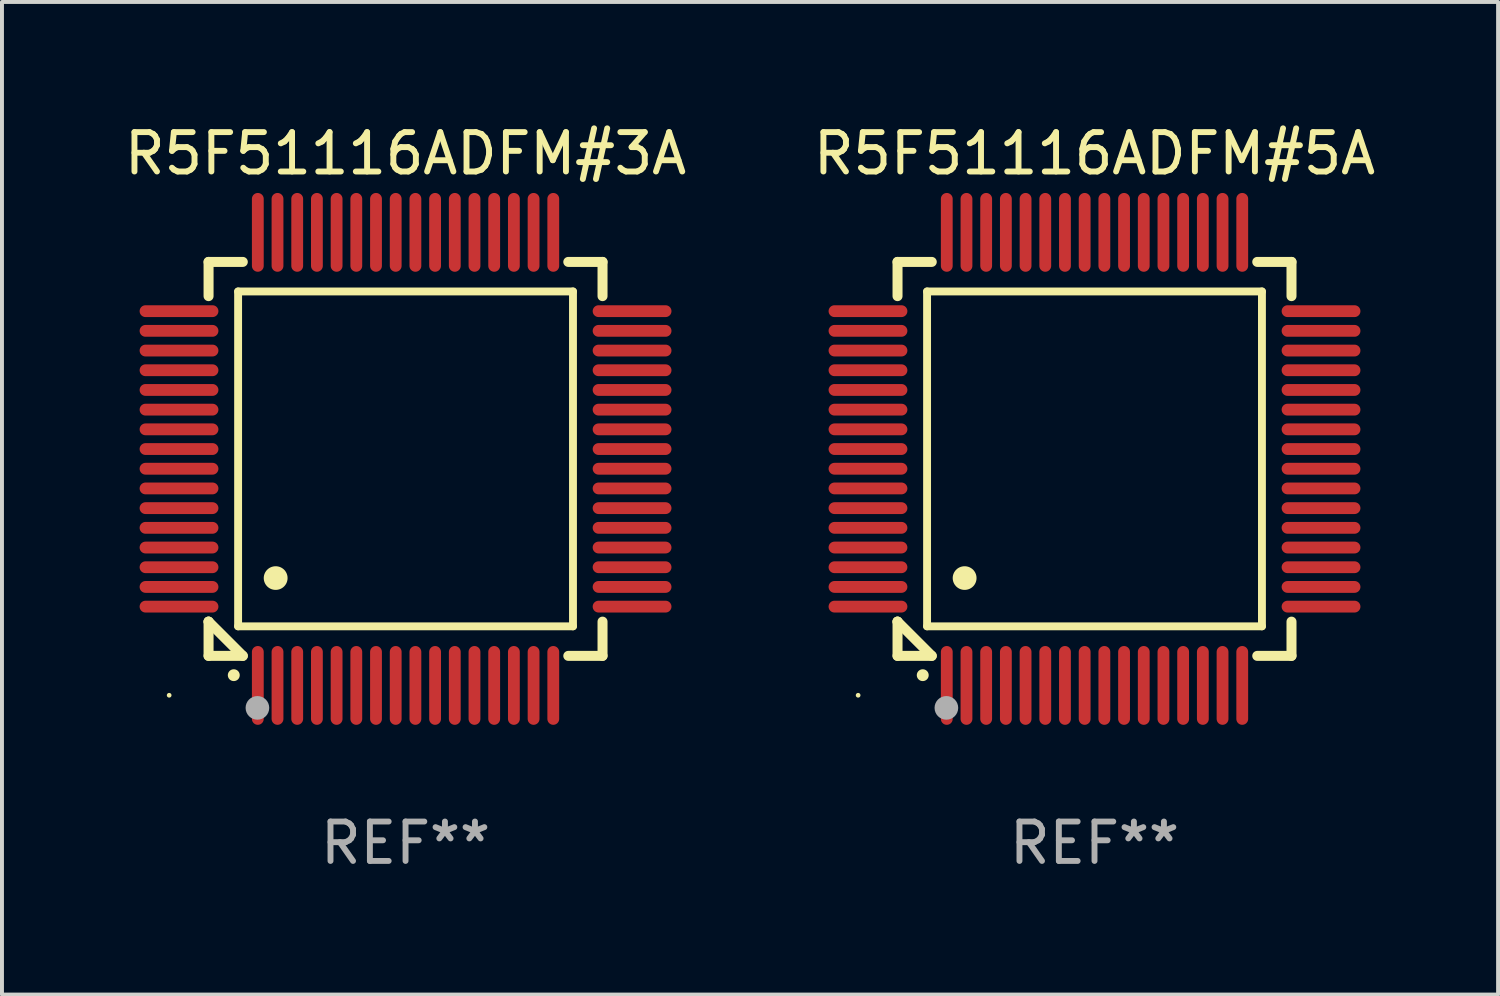
<source format=kicad_pcb>
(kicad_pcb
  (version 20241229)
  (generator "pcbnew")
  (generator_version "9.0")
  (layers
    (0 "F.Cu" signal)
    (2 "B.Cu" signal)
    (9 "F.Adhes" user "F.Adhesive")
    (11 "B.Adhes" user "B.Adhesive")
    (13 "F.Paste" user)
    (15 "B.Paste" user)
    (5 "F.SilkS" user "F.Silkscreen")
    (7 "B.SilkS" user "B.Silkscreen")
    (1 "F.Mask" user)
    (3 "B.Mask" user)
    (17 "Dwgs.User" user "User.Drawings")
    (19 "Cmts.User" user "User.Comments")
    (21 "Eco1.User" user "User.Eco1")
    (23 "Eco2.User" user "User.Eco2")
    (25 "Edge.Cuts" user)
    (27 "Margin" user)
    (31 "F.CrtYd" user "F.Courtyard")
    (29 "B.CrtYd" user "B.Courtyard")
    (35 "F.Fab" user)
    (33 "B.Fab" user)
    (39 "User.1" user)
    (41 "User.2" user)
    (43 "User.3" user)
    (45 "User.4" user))
  (footprint "R5F51116ADFM#3A"
    (layer "F.Cu")
    (at 7.244 8.598)
    (property "Reference" "R5F51116ADFM#3A" (at 0 -7.75 0) (layer "F.SilkS") (effects (font (size 1 1) (thickness 0.15))))
    (attr through_hole)
    (fp_line (start -5 -5) (end -4.131 -5) (stroke (width 0.254) (type solid)) (layer "F.SilkS"))
    (fp_line (start -5 -4.131) (end -5 -5) (stroke (width 0.254) (type solid)) (layer "F.SilkS"))
    (fp_line (start -5 4.131) (end -5 4.131) (stroke (width 0.254) (type solid)) (layer "F.SilkS"))
    (fp_line (start -5 5) (end -5 4.131) (stroke (width 0.254) (type solid)) (layer "F.SilkS"))
    (fp_line (start -5 4.131) (end -4.131 5) (stroke (width 0.254) (type solid)) (layer "F.SilkS"))
    (fp_line (start -4.25 -4.25) (end -4.25 4.25) (stroke (width 0.2) (type solid)) (layer "F.SilkS"))
    (fp_line (start -4.25 4.25) (end 4.25 4.25) (stroke (width 0.2) (type solid)) (layer "F.SilkS"))
    (fp_line (start -4.131 5) (end -5 5) (stroke (width 0.254) (type solid)) (layer "F.SilkS"))
    (fp_line (start 4.25 -4.25) (end -4.25 -4.25) (stroke (width 0.2) (type solid)) (layer "F.SilkS"))
    (fp_line (start 4.25 4.25) (end 4.25 -4.25) (stroke (width 0.2) (type solid)) (layer "F.SilkS"))
    (fp_line (start 5 -5) (end 4.131 -5) (stroke (width 0.254) (type solid)) (layer "F.SilkS"))
    (fp_line (start 5 -5) (end 5 -4.131) (stroke (width 0.254) (type solid)) (layer "F.SilkS"))
    (fp_line (start 5 4.131) (end 5 5) (stroke (width 0.254) (type solid)) (layer "F.SilkS"))
    (fp_line (start 5 5) (end 4.131 5) (stroke (width 0.254) (type solid)) (layer "F.SilkS"))
    (fp_arc (start -4.361265 5.489992) (mid -4.359995 5.489987) (end -4.358725 5.489992) (stroke (width 0.3) (type solid)) (layer "F.SilkS"))
    (fp_arc (start -3.299467 3.025146) (mid -3.296927 3.025135) (end -3.294387 3.025146) (stroke (width 0.6) (type solid)) (layer "F.SilkS"))
    (fp_circle (center -6 6) (end -5.97 6) (stroke (width 0.06) (type solid)) (fill no) (layer "F.SilkS"))
    (fp_circle (center -3.76 6.32) (end -3.61 6.32) (stroke (width 0.3) (type solid)) (fill no) (layer "F.Fab"))
    (fp_text user "REF**" (at 0 9.75 0) (layer "F.Fab") (effects (font (size 1 1) (thickness 0.15))))
    (pad "1" smd oval (at -3.75 5.75) (size 0.3 2) (layers "F.Cu" "F.Mask" "F.Paste"))
    (pad "2" smd oval (at -3.25 5.75) (size 0.3 2) (layers "F.Cu" "F.Mask" "F.Paste"))
    (pad "3" smd oval (at -2.75 5.75) (size 0.3 2) (layers "F.Cu" "F.Mask" "F.Paste"))
    (pad "4" smd oval (at -2.25 5.75) (size 0.3 2) (layers "F.Cu" "F.Mask" "F.Paste"))
    (pad "5" smd oval (at -1.75 5.75) (size 0.3 2) (layers "F.Cu" "F.Mask" "F.Paste"))
    (pad "6" smd oval (at -1.25 5.75) (size 0.3 2) (layers "F.Cu" "F.Mask" "F.Paste"))
    (pad "7" smd oval (at -0.75 5.75) (size 0.3 2) (layers "F.Cu" "F.Mask" "F.Paste"))
    (pad "8" smd oval (at -0.25 5.75) (size 0.3 2) (layers "F.Cu" "F.Mask" "F.Paste"))
    (pad "9" smd oval (at 0.25 5.75) (size 0.3 2) (layers "F.Cu" "F.Mask" "F.Paste"))
    (pad "10" smd oval (at 0.75 5.75) (size 0.3 2) (layers "F.Cu" "F.Mask" "F.Paste"))
    (pad "11" smd oval (at 1.25 5.75) (size 0.3 2) (layers "F.Cu" "F.Mask" "F.Paste"))
    (pad "12" smd oval (at 1.75 5.75) (size 0.3 2) (layers "F.Cu" "F.Mask" "F.Paste"))
    (pad "13" smd oval (at 2.25 5.75) (size 0.3 2) (layers "F.Cu" "F.Mask" "F.Paste"))
    (pad "14" smd oval (at 2.75 5.75) (size 0.3 2) (layers "F.Cu" "F.Mask" "F.Paste"))
    (pad "15" smd oval (at 3.25 5.75) (size 0.3 2) (layers "F.Cu" "F.Mask" "F.Paste"))
    (pad "16" smd oval (at 3.75 5.75) (size 0.3 2) (layers "F.Cu" "F.Mask" "F.Paste"))
    (pad "17" smd oval (at 5.75 3.75) (size 2 0.3) (layers "F.Cu" "F.Mask" "F.Paste"))
    (pad "18" smd oval (at 5.75 3.25) (size 2 0.3) (layers "F.Cu" "F.Mask" "F.Paste"))
    (pad "19" smd oval (at 5.75 2.75) (size 2 0.3) (layers "F.Cu" "F.Mask" "F.Paste"))
    (pad "20" smd oval (at 5.75 2.25) (size 2 0.3) (layers "F.Cu" "F.Mask" "F.Paste"))
    (pad "21" smd oval (at 5.75 1.75) (size 2 0.3) (layers "F.Cu" "F.Mask" "F.Paste"))
    (pad "22" smd oval (at 5.75 1.25) (size 2 0.3) (layers "F.Cu" "F.Mask" "F.Paste"))
    (pad "23" smd oval (at 5.75 0.75) (size 2 0.3) (layers "F.Cu" "F.Mask" "F.Paste"))
    (pad "24" smd oval (at 5.75 0.25) (size 2 0.3) (layers "F.Cu" "F.Mask" "F.Paste"))
    (pad "25" smd oval (at 5.75 -0.25) (size 2 0.3) (layers "F.Cu" "F.Mask" "F.Paste"))
    (pad "26" smd oval (at 5.75 -0.75) (size 2 0.3) (layers "F.Cu" "F.Mask" "F.Paste"))
    (pad "27" smd oval (at 5.75 -1.25) (size 2 0.3) (layers "F.Cu" "F.Mask" "F.Paste"))
    (pad "28" smd oval (at 5.75 -1.75) (size 2 0.3) (layers "F.Cu" "F.Mask" "F.Paste"))
    (pad "29" smd oval (at 5.75 -2.25) (size 2 0.3) (layers "F.Cu" "F.Mask" "F.Paste"))
    (pad "30" smd oval (at 5.75 -2.75) (size 2 0.3) (layers "F.Cu" "F.Mask" "F.Paste"))
    (pad "31" smd oval (at 5.75 -3.25) (size 2 0.3) (layers "F.Cu" "F.Mask" "F.Paste"))
    (pad "32" smd oval (at 5.75 -3.75) (size 2 0.3) (layers "F.Cu" "F.Mask" "F.Paste"))
    (pad "33" smd oval (at 3.75 -5.75) (size 0.3 2) (layers "F.Cu" "F.Mask" "F.Paste"))
    (pad "34" smd oval (at 3.25 -5.75) (size 0.3 2) (layers "F.Cu" "F.Mask" "F.Paste"))
    (pad "35" smd oval (at 2.75 -5.75) (size 0.3 2) (layers "F.Cu" "F.Mask" "F.Paste"))
    (pad "36" smd oval (at 2.25 -5.75) (size 0.3 2) (layers "F.Cu" "F.Mask" "F.Paste"))
    (pad "37" smd oval (at 1.75 -5.75) (size 0.3 2) (layers "F.Cu" "F.Mask" "F.Paste"))
    (pad "38" smd oval (at 1.25 -5.75) (size 0.3 2) (layers "F.Cu" "F.Mask" "F.Paste"))
    (pad "39" smd oval (at 0.75 -5.75) (size 0.3 2) (layers "F.Cu" "F.Mask" "F.Paste"))
    (pad "40" smd oval (at 0.25 -5.75) (size 0.3 2) (layers "F.Cu" "F.Mask" "F.Paste"))
    (pad "41" smd oval (at -0.25 -5.75) (size 0.3 2) (layers "F.Cu" "F.Mask" "F.Paste"))
    (pad "42" smd oval (at -0.75 -5.75) (size 0.3 2) (layers "F.Cu" "F.Mask" "F.Paste"))
    (pad "43" smd oval (at -1.25 -5.75) (size 0.3 2) (layers "F.Cu" "F.Mask" "F.Paste"))
    (pad "44" smd oval (at -1.75 -5.75) (size 0.3 2) (layers "F.Cu" "F.Mask" "F.Paste"))
    (pad "45" smd oval (at -2.25 -5.75) (size 0.3 2) (layers "F.Cu" "F.Mask" "F.Paste"))
    (pad "46" smd oval (at -2.75 -5.75) (size 0.3 2) (layers "F.Cu" "F.Mask" "F.Paste"))
    (pad "47" smd oval (at -3.25 -5.75) (size 0.3 2) (layers "F.Cu" "F.Mask" "F.Paste"))
    (pad "48" smd oval (at -3.75 -5.75) (size 0.3 2) (layers "F.Cu" "F.Mask" "F.Paste"))
    (pad "49" smd oval (at -5.75 -3.75) (size 2 0.3) (layers "F.Cu" "F.Mask" "F.Paste"))
    (pad "50" smd oval (at -5.75 -3.25) (size 2 0.3) (layers "F.Cu" "F.Mask" "F.Paste"))
    (pad "51" smd oval (at -5.75 -2.75) (size 2 0.3) (layers "F.Cu" "F.Mask" "F.Paste"))
    (pad "52" smd oval (at -5.75 -2.25) (size 2 0.3) (layers "F.Cu" "F.Mask" "F.Paste"))
    (pad "53" smd oval (at -5.75 -1.75) (size 2 0.3) (layers "F.Cu" "F.Mask" "F.Paste"))
    (pad "54" smd oval (at -5.75 -1.25) (size 2 0.3) (layers "F.Cu" "F.Mask" "F.Paste"))
    (pad "55" smd oval (at -5.75 -0.75) (size 2 0.3) (layers "F.Cu" "F.Mask" "F.Paste"))
    (pad "56" smd oval (at -5.75 -0.25) (size 2 0.3) (layers "F.Cu" "F.Mask" "F.Paste"))
    (pad "57" smd oval (at -5.75 0.25) (size 2 0.3) (layers "F.Cu" "F.Mask" "F.Paste"))
    (pad "58" smd oval (at -5.75 0.75) (size 2 0.3) (layers "F.Cu" "F.Mask" "F.Paste"))
    (pad "59" smd oval (at -5.75 1.25) (size 2 0.3) (layers "F.Cu" "F.Mask" "F.Paste"))
    (pad "60" smd oval (at -5.75 1.75) (size 2 0.3) (layers "F.Cu" "F.Mask" "F.Paste"))
    (pad "61" smd oval (at -5.75 2.25) (size 2 0.3) (layers "F.Cu" "F.Mask" "F.Paste"))
    (pad "62" smd oval (at -5.75 2.75) (size 2 0.3) (layers "F.Cu" "F.Mask" "F.Paste"))
    (pad "63" smd oval (at -5.75 3.25) (size 2 0.3) (layers "F.Cu" "F.Mask" "F.Paste"))
    (pad "64" smd oval (at -5.75 3.75) (size 2 0.3) (layers "F.Cu" "F.Mask" "F.Paste")))
  (footprint "R5F51116ADFM#5A"
    (layer "F.Cu")
    (at 24.732 8.598)
    (property "Reference" "R5F51116ADFM#5A" (at 0 -7.75 0) (layer "F.SilkS") (effects (font (size 1 1) (thickness 0.15))))
    (attr through_hole)
    (fp_line (start -5 -5) (end -4.131 -5) (stroke (width 0.254) (type solid)) (layer "F.SilkS"))
    (fp_line (start -5 -4.131) (end -5 -5) (stroke (width 0.254) (type solid)) (layer "F.SilkS"))
    (fp_line (start -5 4.131) (end -5 4.131) (stroke (width 0.254) (type solid)) (layer "F.SilkS"))
    (fp_line (start -5 5) (end -5 4.131) (stroke (width 0.254) (type solid)) (layer "F.SilkS"))
    (fp_line (start -5 4.131) (end -4.131 5) (stroke (width 0.254) (type solid)) (layer "F.SilkS"))
    (fp_line (start -4.25 -4.25) (end -4.25 4.25) (stroke (width 0.2) (type solid)) (layer "F.SilkS"))
    (fp_line (start -4.25 4.25) (end 4.25 4.25) (stroke (width 0.2) (type solid)) (layer "F.SilkS"))
    (fp_line (start -4.131 5) (end -5 5) (stroke (width 0.254) (type solid)) (layer "F.SilkS"))
    (fp_line (start 4.25 -4.25) (end -4.25 -4.25) (stroke (width 0.2) (type solid)) (layer "F.SilkS"))
    (fp_line (start 4.25 4.25) (end 4.25 -4.25) (stroke (width 0.2) (type solid)) (layer "F.SilkS"))
    (fp_line (start 5 -5) (end 4.131 -5) (stroke (width 0.254) (type solid)) (layer "F.SilkS"))
    (fp_line (start 5 -5) (end 5 -4.131) (stroke (width 0.254) (type solid)) (layer "F.SilkS"))
    (fp_line (start 5 4.131) (end 5 5) (stroke (width 0.254) (type solid)) (layer "F.SilkS"))
    (fp_line (start 5 5) (end 4.131 5) (stroke (width 0.254) (type solid)) (layer "F.SilkS"))
    (fp_arc (start -4.361265 5.489992) (mid -4.359995 5.489987) (end -4.358725 5.489992) (stroke (width 0.3) (type solid)) (layer "F.SilkS"))
    (fp_arc (start -3.299467 3.025146) (mid -3.296927 3.025135) (end -3.294387 3.025146) (stroke (width 0.6) (type solid)) (layer "F.SilkS"))
    (fp_circle (center -6 6) (end -5.97 6) (stroke (width 0.06) (type solid)) (fill no) (layer "F.SilkS"))
    (fp_circle (center -3.76 6.32) (end -3.61 6.32) (stroke (width 0.3) (type solid)) (fill no) (layer "F.Fab"))
    (fp_text user "REF**" (at 0 9.75 0) (layer "F.Fab") (effects (font (size 1 1) (thickness 0.15))))
    (pad "1" smd oval (at -3.75 5.75) (size 0.3 2) (layers "F.Cu" "F.Mask" "F.Paste"))
    (pad "2" smd oval (at -3.25 5.75) (size 0.3 2) (layers "F.Cu" "F.Mask" "F.Paste"))
    (pad "3" smd oval (at -2.75 5.75) (size 0.3 2) (layers "F.Cu" "F.Mask" "F.Paste"))
    (pad "4" smd oval (at -2.25 5.75) (size 0.3 2) (layers "F.Cu" "F.Mask" "F.Paste"))
    (pad "5" smd oval (at -1.75 5.75) (size 0.3 2) (layers "F.Cu" "F.Mask" "F.Paste"))
    (pad "6" smd oval (at -1.25 5.75) (size 0.3 2) (layers "F.Cu" "F.Mask" "F.Paste"))
    (pad "7" smd oval (at -0.75 5.75) (size 0.3 2) (layers "F.Cu" "F.Mask" "F.Paste"))
    (pad "8" smd oval (at -0.25 5.75) (size 0.3 2) (layers "F.Cu" "F.Mask" "F.Paste"))
    (pad "9" smd oval (at 0.25 5.75) (size 0.3 2) (layers "F.Cu" "F.Mask" "F.Paste"))
    (pad "10" smd oval (at 0.75 5.75) (size 0.3 2) (layers "F.Cu" "F.Mask" "F.Paste"))
    (pad "11" smd oval (at 1.25 5.75) (size 0.3 2) (layers "F.Cu" "F.Mask" "F.Paste"))
    (pad "12" smd oval (at 1.75 5.75) (size 0.3 2) (layers "F.Cu" "F.Mask" "F.Paste"))
    (pad "13" smd oval (at 2.25 5.75) (size 0.3 2) (layers "F.Cu" "F.Mask" "F.Paste"))
    (pad "14" smd oval (at 2.75 5.75) (size 0.3 2) (layers "F.Cu" "F.Mask" "F.Paste"))
    (pad "15" smd oval (at 3.25 5.75) (size 0.3 2) (layers "F.Cu" "F.Mask" "F.Paste"))
    (pad "16" smd oval (at 3.75 5.75) (size 0.3 2) (layers "F.Cu" "F.Mask" "F.Paste"))
    (pad "17" smd oval (at 5.75 3.75) (size 2 0.3) (layers "F.Cu" "F.Mask" "F.Paste"))
    (pad "18" smd oval (at 5.75 3.25) (size 2 0.3) (layers "F.Cu" "F.Mask" "F.Paste"))
    (pad "19" smd oval (at 5.75 2.75) (size 2 0.3) (layers "F.Cu" "F.Mask" "F.Paste"))
    (pad "20" smd oval (at 5.75 2.25) (size 2 0.3) (layers "F.Cu" "F.Mask" "F.Paste"))
    (pad "21" smd oval (at 5.75 1.75) (size 2 0.3) (layers "F.Cu" "F.Mask" "F.Paste"))
    (pad "22" smd oval (at 5.75 1.25) (size 2 0.3) (layers "F.Cu" "F.Mask" "F.Paste"))
    (pad "23" smd oval (at 5.75 0.75) (size 2 0.3) (layers "F.Cu" "F.Mask" "F.Paste"))
    (pad "24" smd oval (at 5.75 0.25) (size 2 0.3) (layers "F.Cu" "F.Mask" "F.Paste"))
    (pad "25" smd oval (at 5.75 -0.25) (size 2 0.3) (layers "F.Cu" "F.Mask" "F.Paste"))
    (pad "26" smd oval (at 5.75 -0.75) (size 2 0.3) (layers "F.Cu" "F.Mask" "F.Paste"))
    (pad "27" smd oval (at 5.75 -1.25) (size 2 0.3) (layers "F.Cu" "F.Mask" "F.Paste"))
    (pad "28" smd oval (at 5.75 -1.75) (size 2 0.3) (layers "F.Cu" "F.Mask" "F.Paste"))
    (pad "29" smd oval (at 5.75 -2.25) (size 2 0.3) (layers "F.Cu" "F.Mask" "F.Paste"))
    (pad "30" smd oval (at 5.75 -2.75) (size 2 0.3) (layers "F.Cu" "F.Mask" "F.Paste"))
    (pad "31" smd oval (at 5.75 -3.25) (size 2 0.3) (layers "F.Cu" "F.Mask" "F.Paste"))
    (pad "32" smd oval (at 5.75 -3.75) (size 2 0.3) (layers "F.Cu" "F.Mask" "F.Paste"))
    (pad "33" smd oval (at 3.75 -5.75) (size 0.3 2) (layers "F.Cu" "F.Mask" "F.Paste"))
    (pad "34" smd oval (at 3.25 -5.75) (size 0.3 2) (layers "F.Cu" "F.Mask" "F.Paste"))
    (pad "35" smd oval (at 2.75 -5.75) (size 0.3 2) (layers "F.Cu" "F.Mask" "F.Paste"))
    (pad "36" smd oval (at 2.25 -5.75) (size 0.3 2) (layers "F.Cu" "F.Mask" "F.Paste"))
    (pad "37" smd oval (at 1.75 -5.75) (size 0.3 2) (layers "F.Cu" "F.Mask" "F.Paste"))
    (pad "38" smd oval (at 1.25 -5.75) (size 0.3 2) (layers "F.Cu" "F.Mask" "F.Paste"))
    (pad "39" smd oval (at 0.75 -5.75) (size 0.3 2) (layers "F.Cu" "F.Mask" "F.Paste"))
    (pad "40" smd oval (at 0.25 -5.75) (size 0.3 2) (layers "F.Cu" "F.Mask" "F.Paste"))
    (pad "41" smd oval (at -0.25 -5.75) (size 0.3 2) (layers "F.Cu" "F.Mask" "F.Paste"))
    (pad "42" smd oval (at -0.75 -5.75) (size 0.3 2) (layers "F.Cu" "F.Mask" "F.Paste"))
    (pad "43" smd oval (at -1.25 -5.75) (size 0.3 2) (layers "F.Cu" "F.Mask" "F.Paste"))
    (pad "44" smd oval (at -1.75 -5.75) (size 0.3 2) (layers "F.Cu" "F.Mask" "F.Paste"))
    (pad "45" smd oval (at -2.25 -5.75) (size 0.3 2) (layers "F.Cu" "F.Mask" "F.Paste"))
    (pad "46" smd oval (at -2.75 -5.75) (size 0.3 2) (layers "F.Cu" "F.Mask" "F.Paste"))
    (pad "47" smd oval (at -3.25 -5.75) (size 0.3 2) (layers "F.Cu" "F.Mask" "F.Paste"))
    (pad "48" smd oval (at -3.75 -5.75) (size 0.3 2) (layers "F.Cu" "F.Mask" "F.Paste"))
    (pad "49" smd oval (at -5.75 -3.75) (size 2 0.3) (layers "F.Cu" "F.Mask" "F.Paste"))
    (pad "50" smd oval (at -5.75 -3.25) (size 2 0.3) (layers "F.Cu" "F.Mask" "F.Paste"))
    (pad "51" smd oval (at -5.75 -2.75) (size 2 0.3) (layers "F.Cu" "F.Mask" "F.Paste"))
    (pad "52" smd oval (at -5.75 -2.25) (size 2 0.3) (layers "F.Cu" "F.Mask" "F.Paste"))
    (pad "53" smd oval (at -5.75 -1.75) (size 2 0.3) (layers "F.Cu" "F.Mask" "F.Paste"))
    (pad "54" smd oval (at -5.75 -1.25) (size 2 0.3) (layers "F.Cu" "F.Mask" "F.Paste"))
    (pad "55" smd oval (at -5.75 -0.75) (size 2 0.3) (layers "F.Cu" "F.Mask" "F.Paste"))
    (pad "56" smd oval (at -5.75 -0.25) (size 2 0.3) (layers "F.Cu" "F.Mask" "F.Paste"))
    (pad "57" smd oval (at -5.75 0.25) (size 2 0.3) (layers "F.Cu" "F.Mask" "F.Paste"))
    (pad "58" smd oval (at -5.75 0.75) (size 2 0.3) (layers "F.Cu" "F.Mask" "F.Paste"))
    (pad "59" smd oval (at -5.75 1.25) (size 2 0.3) (layers "F.Cu" "F.Mask" "F.Paste"))
    (pad "60" smd oval (at -5.75 1.75) (size 2 0.3) (layers "F.Cu" "F.Mask" "F.Paste"))
    (pad "61" smd oval (at -5.75 2.25) (size 2 0.3) (layers "F.Cu" "F.Mask" "F.Paste"))
    (pad "62" smd oval (at -5.75 2.75) (size 2 0.3) (layers "F.Cu" "F.Mask" "F.Paste"))
    (pad "63" smd oval (at -5.75 3.25) (size 2 0.3) (layers "F.Cu" "F.Mask" "F.Paste"))
    (pad "64" smd oval (at -5.75 3.75) (size 2 0.3) (layers "F.Cu" "F.Mask" "F.Paste")))
  (gr_rect
    (start -3 -3)
    (end 34.976 22.196)
    (stroke (width 0.1) (type default))
    (fill no)
    (layer "Edge.Cuts")))
</source>
